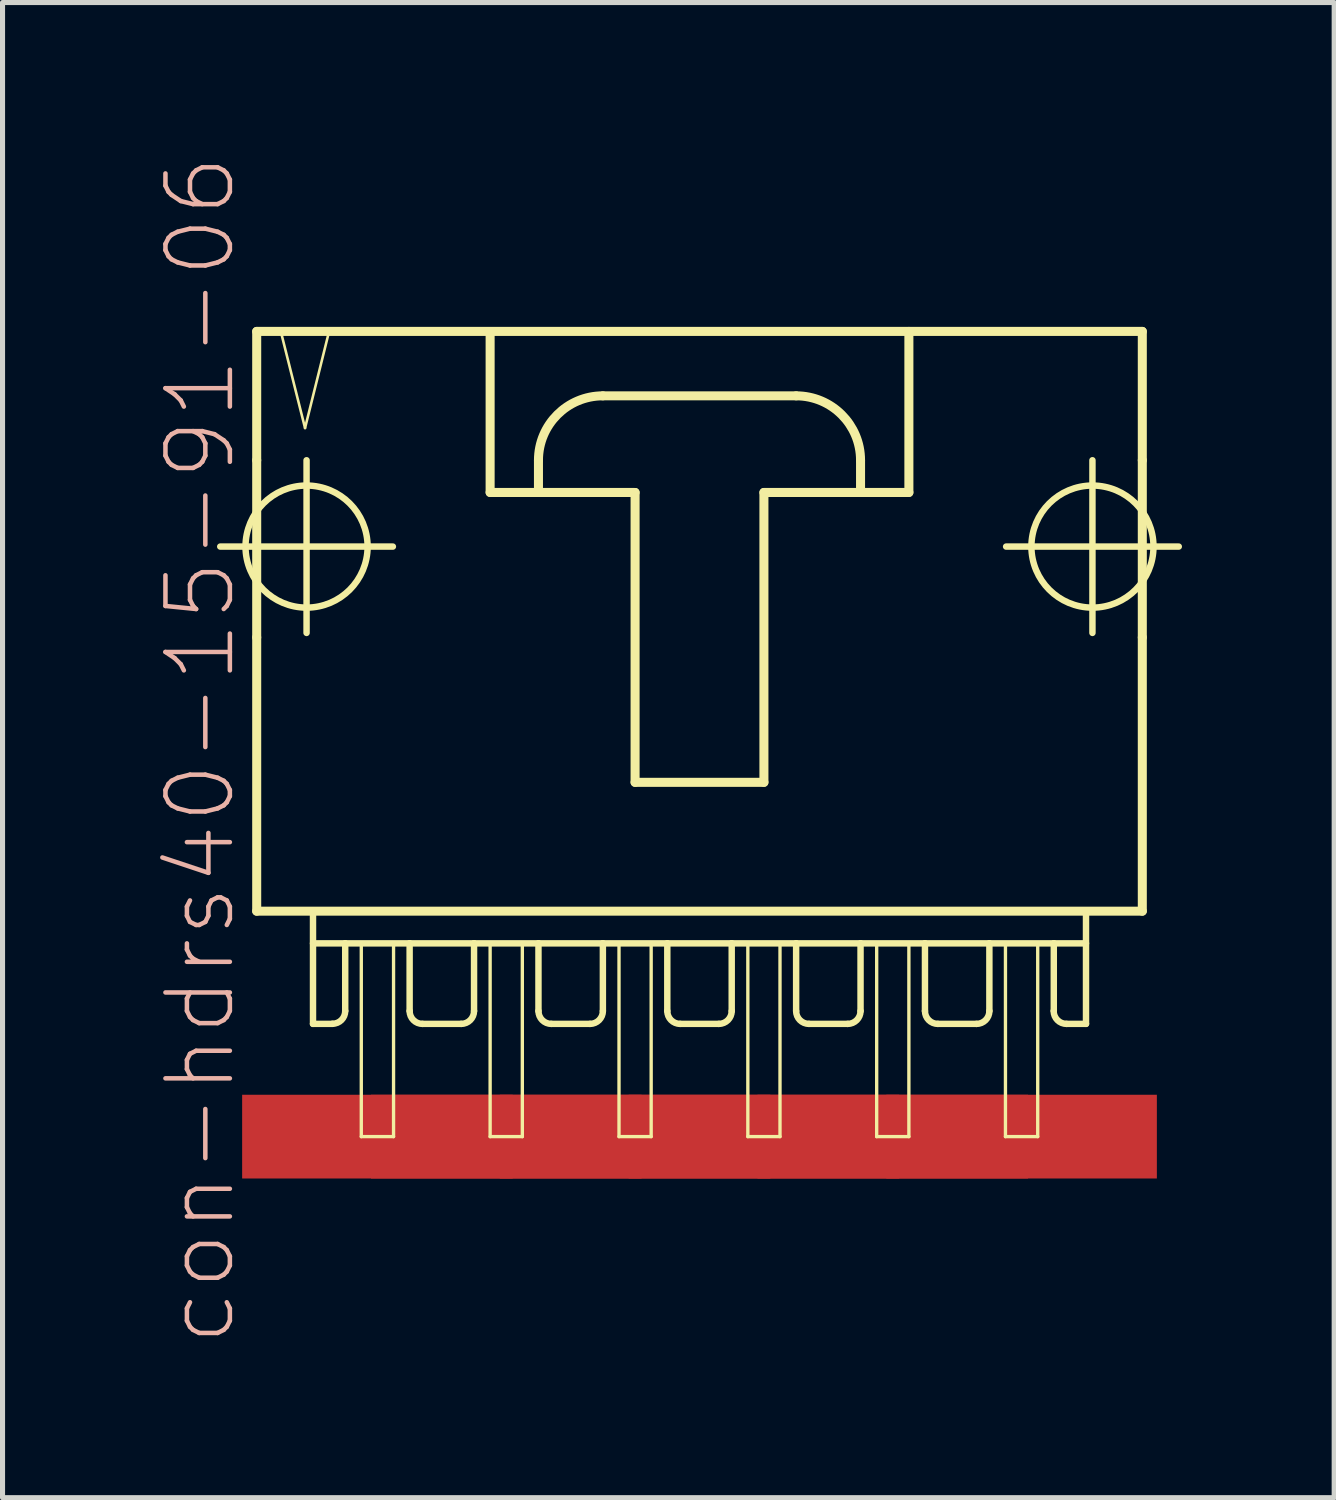
<source format=kicad_pcb>
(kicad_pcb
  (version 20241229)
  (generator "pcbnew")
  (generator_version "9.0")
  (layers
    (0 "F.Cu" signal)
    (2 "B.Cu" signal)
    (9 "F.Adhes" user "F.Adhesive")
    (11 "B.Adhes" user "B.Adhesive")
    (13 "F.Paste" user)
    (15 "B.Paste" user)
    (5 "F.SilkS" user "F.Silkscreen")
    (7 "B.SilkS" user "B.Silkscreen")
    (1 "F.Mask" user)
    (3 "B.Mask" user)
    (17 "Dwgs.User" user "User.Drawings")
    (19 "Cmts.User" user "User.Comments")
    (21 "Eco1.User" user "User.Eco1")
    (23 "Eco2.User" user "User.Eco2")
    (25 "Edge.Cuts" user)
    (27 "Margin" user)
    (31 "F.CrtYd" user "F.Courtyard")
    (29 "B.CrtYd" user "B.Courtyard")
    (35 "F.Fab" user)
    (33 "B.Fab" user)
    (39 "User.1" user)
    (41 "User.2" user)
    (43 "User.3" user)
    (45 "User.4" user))
  (footprint "con-hdrs40-15-91-06"
    (layer "F.Cu")
    (at 10.741 8.564)
    (property "Reference" "con-hdrs40-15-91-06" (at -9.842 3.175 90) (layer "B.SilkS") (effects (font (size 1.27 1.27) (thickness 0.089))))
    (attr smd)
    (fp_line (start -9.449 -0.838) (end -6.045 -0.838) (stroke (width 0.127) (type solid)) (layer "F.SilkS"))
    (fp_line (start -8.73 -5.08) (end -8.73 -2.54) (stroke (width 0.178) (type solid)) (layer "F.SilkS"))
    (fp_line (start -8.73 -2.54) (end -8.73 0.953) (stroke (width 0.178) (type solid)) (layer "F.SilkS"))
    (fp_line (start -8.73 0.953) (end -8.73 6.35) (stroke (width 0.178) (type solid)) (layer "F.SilkS"))
    (fp_line (start -8.73 6.35) (end 8.73 6.35) (stroke (width 0.178) (type solid)) (layer "F.SilkS"))
    (fp_line (start -8.255 -5.08) (end -7.777 -3.175) (stroke (width 0.051) (type solid)) (layer "F.SilkS"))
    (fp_line (start -7.777 -3.175) (end -7.303 -5.08) (stroke (width 0.051) (type solid)) (layer "F.SilkS"))
    (fp_line (start -7.747 0.864) (end -7.747 -2.54) (stroke (width 0.127) (type solid)) (layer "F.SilkS"))
    (fp_line (start -7.62 6.35) (end -7.62 8.572) (stroke (width 0.127) (type solid)) (layer "F.SilkS"))
    (fp_line (start -7.62 6.985) (end -6.985 6.985) (stroke (width 0.127) (type solid)) (layer "F.SilkS"))
    (fp_line (start -7.303 -5.08) (end -8.255 -5.08) (stroke (width 0.051) (type solid)) (layer "F.SilkS"))
    (fp_line (start -7.236 8.572) (end -7.62 8.572) (stroke (width 0.127) (type solid)) (layer "F.SilkS"))
    (fp_line (start -6.985 6.985) (end -6.985 8.319) (stroke (width 0.127) (type solid)) (layer "F.SilkS"))
    (fp_line (start -6.985 6.985) (end -5.715 6.985) (stroke (width 0.127) (type solid)) (layer "F.SilkS"))
    (fp_line (start -6.668 6.985) (end -6.032 6.985) (stroke (width 0.066) (type solid)) (layer "F.SilkS"))
    (fp_line (start -6.668 10.795) (end -6.668 6.985) (stroke (width 0.066) (type solid)) (layer "F.SilkS"))
    (fp_line (start -6.668 10.795) (end -6.032 10.795) (stroke (width 0.066) (type solid)) (layer "F.SilkS"))
    (fp_line (start -6.032 10.795) (end -6.032 6.985) (stroke (width 0.066) (type solid)) (layer "F.SilkS"))
    (fp_line (start -5.715 6.985) (end -5.715 8.319) (stroke (width 0.127) (type solid)) (layer "F.SilkS"))
    (fp_line (start -5.715 6.985) (end -4.445 6.985) (stroke (width 0.127) (type solid)) (layer "F.SilkS"))
    (fp_line (start -4.699 8.572) (end -5.461 8.572) (stroke (width 0.127) (type solid)) (layer "F.SilkS"))
    (fp_line (start -4.445 6.985) (end -4.445 8.319) (stroke (width 0.127) (type solid)) (layer "F.SilkS"))
    (fp_line (start -4.445 6.985) (end -3.175 6.985) (stroke (width 0.127) (type solid)) (layer "F.SilkS"))
    (fp_line (start -4.128 -5.077) (end -4.128 -1.905) (stroke (width 0.178) (type solid)) (layer "F.SilkS"))
    (fp_line (start -4.128 -1.905) (end -3.175 -1.905) (stroke (width 0.178) (type solid)) (layer "F.SilkS"))
    (fp_line (start -4.128 6.985) (end -3.493 6.985) (stroke (width 0.066) (type solid)) (layer "F.SilkS"))
    (fp_line (start -4.128 10.795) (end -4.128 6.985) (stroke (width 0.066) (type solid)) (layer "F.SilkS"))
    (fp_line (start -4.128 10.795) (end -3.493 10.795) (stroke (width 0.066) (type solid)) (layer "F.SilkS"))
    (fp_line (start -3.493 10.795) (end -3.493 6.985) (stroke (width 0.066) (type solid)) (layer "F.SilkS"))
    (fp_line (start -3.175 -1.905) (end -3.175 -2.54) (stroke (width 0.178) (type solid)) (layer "F.SilkS"))
    (fp_line (start -3.175 -1.905) (end -1.27 -1.905) (stroke (width 0.178) (type solid)) (layer "F.SilkS"))
    (fp_line (start -3.175 6.985) (end -3.175 8.319) (stroke (width 0.127) (type solid)) (layer "F.SilkS"))
    (fp_line (start -3.175 6.985) (end -1.905 6.985) (stroke (width 0.127) (type solid)) (layer "F.SilkS"))
    (fp_line (start -2.159 8.572) (end -2.921 8.572) (stroke (width 0.127) (type solid)) (layer "F.SilkS"))
    (fp_line (start -1.905 -3.81) (end 1.905 -3.81) (stroke (width 0.178) (type solid)) (layer "F.SilkS"))
    (fp_line (start -1.905 6.985) (end -1.905 8.319) (stroke (width 0.127) (type solid)) (layer "F.SilkS"))
    (fp_line (start -1.905 6.985) (end -0.635 6.985) (stroke (width 0.127) (type solid)) (layer "F.SilkS"))
    (fp_line (start -1.587 6.985) (end -0.953 6.985) (stroke (width 0.066) (type solid)) (layer "F.SilkS"))
    (fp_line (start -1.587 10.795) (end -1.587 6.985) (stroke (width 0.066) (type solid)) (layer "F.SilkS"))
    (fp_line (start -1.587 10.795) (end -0.953 10.795) (stroke (width 0.066) (type solid)) (layer "F.SilkS"))
    (fp_line (start -1.27 -1.905) (end -1.27 3.81) (stroke (width 0.178) (type solid)) (layer "F.SilkS"))
    (fp_line (start -1.27 3.81) (end 1.27 3.81) (stroke (width 0.178) (type solid)) (layer "F.SilkS"))
    (fp_line (start -0.953 10.795) (end -0.953 6.985) (stroke (width 0.066) (type solid)) (layer "F.SilkS"))
    (fp_line (start -0.635 6.985) (end -0.635 8.319) (stroke (width 0.127) (type solid)) (layer "F.SilkS"))
    (fp_line (start -0.635 6.985) (end 0.635 6.985) (stroke (width 0.127) (type solid)) (layer "F.SilkS"))
    (fp_line (start 0.381 8.572) (end -0.381 8.572) (stroke (width 0.127) (type solid)) (layer "F.SilkS"))
    (fp_line (start 0.635 6.985) (end 0.635 8.319) (stroke (width 0.127) (type solid)) (layer "F.SilkS"))
    (fp_line (start 0.635 6.985) (end 1.905 6.985) (stroke (width 0.127) (type solid)) (layer "F.SilkS"))
    (fp_line (start 0.953 6.985) (end 1.587 6.985) (stroke (width 0.066) (type solid)) (layer "F.SilkS"))
    (fp_line (start 0.953 10.795) (end 0.953 6.985) (stroke (width 0.066) (type solid)) (layer "F.SilkS"))
    (fp_line (start 0.953 10.795) (end 1.587 10.795) (stroke (width 0.066) (type solid)) (layer "F.SilkS"))
    (fp_line (start 1.27 -1.905) (end 3.175 -1.905) (stroke (width 0.178) (type solid)) (layer "F.SilkS"))
    (fp_line (start 1.27 3.81) (end 1.27 -1.905) (stroke (width 0.178) (type solid)) (layer "F.SilkS"))
    (fp_line (start 1.587 10.795) (end 1.587 6.985) (stroke (width 0.066) (type solid)) (layer "F.SilkS"))
    (fp_line (start 1.905 6.985) (end 1.905 8.319) (stroke (width 0.127) (type solid)) (layer "F.SilkS"))
    (fp_line (start 1.905 6.985) (end 3.175 6.985) (stroke (width 0.127) (type solid)) (layer "F.SilkS"))
    (fp_line (start 2.921 8.572) (end 2.159 8.572) (stroke (width 0.127) (type solid)) (layer "F.SilkS"))
    (fp_line (start 3.175 -2.54) (end 3.175 -1.905) (stroke (width 0.178) (type solid)) (layer "F.SilkS"))
    (fp_line (start 3.175 -1.905) (end 4.128 -1.905) (stroke (width 0.178) (type solid)) (layer "F.SilkS"))
    (fp_line (start 3.175 6.985) (end 3.175 8.319) (stroke (width 0.127) (type solid)) (layer "F.SilkS"))
    (fp_line (start 3.175 6.985) (end 4.445 6.985) (stroke (width 0.127) (type solid)) (layer "F.SilkS"))
    (fp_line (start 3.493 6.985) (end 4.128 6.985) (stroke (width 0.066) (type solid)) (layer "F.SilkS"))
    (fp_line (start 3.493 10.795) (end 3.493 6.985) (stroke (width 0.066) (type solid)) (layer "F.SilkS"))
    (fp_line (start 3.493 10.795) (end 4.128 10.795) (stroke (width 0.066) (type solid)) (layer "F.SilkS"))
    (fp_line (start 4.128 -1.905) (end 4.128 -5.08) (stroke (width 0.178) (type solid)) (layer "F.SilkS"))
    (fp_line (start 4.128 10.795) (end 4.128 6.985) (stroke (width 0.066) (type solid)) (layer "F.SilkS"))
    (fp_line (start 4.445 6.985) (end 4.445 8.319) (stroke (width 0.127) (type solid)) (layer "F.SilkS"))
    (fp_line (start 4.445 6.985) (end 5.715 6.985) (stroke (width 0.127) (type solid)) (layer "F.SilkS"))
    (fp_line (start 5.461 8.572) (end 4.699 8.572) (stroke (width 0.127) (type solid)) (layer "F.SilkS"))
    (fp_line (start 5.715 6.985) (end 5.715 8.319) (stroke (width 0.127) (type solid)) (layer "F.SilkS"))
    (fp_line (start 5.715 6.985) (end 6.985 6.985) (stroke (width 0.127) (type solid)) (layer "F.SilkS"))
    (fp_line (start 6.032 6.985) (end 6.668 6.985) (stroke (width 0.066) (type solid)) (layer "F.SilkS"))
    (fp_line (start 6.032 10.795) (end 6.032 6.985) (stroke (width 0.066) (type solid)) (layer "F.SilkS"))
    (fp_line (start 6.032 10.795) (end 6.668 10.795) (stroke (width 0.066) (type solid)) (layer "F.SilkS"))
    (fp_line (start 6.045 -0.838) (end 9.449 -0.838) (stroke (width 0.127) (type solid)) (layer "F.SilkS"))
    (fp_line (start 6.668 10.795) (end 6.668 6.985) (stroke (width 0.066) (type solid)) (layer "F.SilkS"))
    (fp_line (start 6.985 6.985) (end 6.985 8.319) (stroke (width 0.127) (type solid)) (layer "F.SilkS"))
    (fp_line (start 6.985 6.985) (end 7.62 6.985) (stroke (width 0.127) (type solid)) (layer "F.SilkS"))
    (fp_line (start 7.236 8.572) (end 7.62 8.572) (stroke (width 0.127) (type solid)) (layer "F.SilkS"))
    (fp_line (start 7.62 8.572) (end 7.62 6.35) (stroke (width 0.127) (type solid)) (layer "F.SilkS"))
    (fp_line (start 7.747 0.864) (end 7.747 -2.54) (stroke (width 0.127) (type solid)) (layer "F.SilkS"))
    (fp_line (start 8.73 -5.08) (end -8.73 -5.08) (stroke (width 0.178) (type solid)) (layer "F.SilkS"))
    (fp_line (start 8.73 -2.54) (end 8.73 -5.08) (stroke (width 0.178) (type solid)) (layer "F.SilkS"))
    (fp_line (start 8.73 -2.54) (end 8.73 0.953) (stroke (width 0.178) (type solid)) (layer "F.SilkS"))
    (fp_line (start 8.73 6.35) (end 8.73 0.953) (stroke (width 0.178) (type solid)) (layer "F.SilkS"))
    (fp_arc (start -6.985 8.3185) (mid -7.058651 8.496309) (end -7.23646 8.56996) (stroke (width 0.127) (type solid)) (layer "F.SilkS"))
    (fp_arc (start -5.461 8.5725) (mid -5.640605 8.498105) (end -5.715 8.3185) (stroke (width 0.127) (type solid)) (layer "F.SilkS"))
    (fp_arc (start -4.445 8.3185) (mid -4.519395 8.498105) (end -4.699 8.5725) (stroke (width 0.127) (type solid)) (layer "F.SilkS"))
    (fp_arc (start -3.175 -2.54) (mid -2.803026 -3.438026) (end -1.905 -3.81) (stroke (width 0.1778) (type solid)) (layer "F.SilkS"))
    (fp_arc (start -2.921 8.5725) (mid -3.100605 8.498105) (end -3.175 8.3185) (stroke (width 0.127) (type solid)) (layer "F.SilkS"))
    (fp_arc (start -1.905 8.3185) (mid -1.979395 8.498105) (end -2.159 8.5725) (stroke (width 0.127) (type solid)) (layer "F.SilkS"))
    (fp_arc (start -0.381 8.5725) (mid -0.560605 8.498105) (end -0.635 8.3185) (stroke (width 0.127) (type solid)) (layer "F.SilkS"))
    (fp_arc (start 0.635 8.3185) (mid 0.560605 8.498105) (end 0.381 8.5725) (stroke (width 0.127) (type solid)) (layer "F.SilkS"))
    (fp_arc (start 1.905 -3.81) (mid 2.803026 -3.438026) (end 3.175 -2.54) (stroke (width 0.1778) (type solid)) (layer "F.SilkS"))
    (fp_arc (start 2.159 8.5725) (mid 1.979395 8.498105) (end 1.905 8.3185) (stroke (width 0.127) (type solid)) (layer "F.SilkS"))
    (fp_arc (start 3.175 8.3185) (mid 3.100605 8.498105) (end 2.921 8.5725) (stroke (width 0.127) (type solid)) (layer "F.SilkS"))
    (fp_arc (start 4.699 8.5725) (mid 4.519395 8.498105) (end 4.445 8.3185) (stroke (width 0.127) (type solid)) (layer "F.SilkS"))
    (fp_arc (start 5.715 8.3185) (mid 5.640605 8.498105) (end 5.461 8.5725) (stroke (width 0.127) (type solid)) (layer "F.SilkS"))
    (fp_arc (start 7.23646 8.5725) (mid 7.056855 8.498105) (end 6.98246 8.3185) (stroke (width 0.127) (type solid)) (layer "F.SilkS"))
    (fp_circle (center -7.747 -0.838) (end -8.598 -1.689) (stroke (width 0.127) (type solid)) (fill no) (layer "F.SilkS"))
    (fp_circle (center 7.747 -0.838) (end 8.598 -1.689) (stroke (width 0.127) (type solid)) (fill no) (layer "F.SilkS"))
    (pad "1" smd rect (at -6.35 10.795) (size 5.334 1.651) (layers "F.Cu" "F.Mask" "F.Paste"))
    (pad "2" smd rect (at -3.81 10.795) (size 5.334 1.651) (layers "F.Cu" "F.Mask" "F.Paste"))
    (pad "3" smd rect (at -1.27 10.795) (size 5.334 1.651) (layers "F.Cu" "F.Mask" "F.Paste"))
    (pad "4" smd rect (at 1.27 10.795) (size 5.334 1.651) (layers "F.Cu" "F.Mask" "F.Paste"))
    (pad "5" smd rect (at 3.81 10.795) (size 5.334 1.651) (layers "F.Cu" "F.Mask" "F.Paste"))
    (pad "6" smd rect (at 6.35 10.795) (size 5.334 1.651) (layers "F.Cu" "F.Mask" "F.Paste")))
  (gr_rect
    (start -3 -3)
    (end 23.254 26.477)
    (stroke (width 0.1) (type default))
    (fill no)
    (layer "Edge.Cuts")))
</source>
